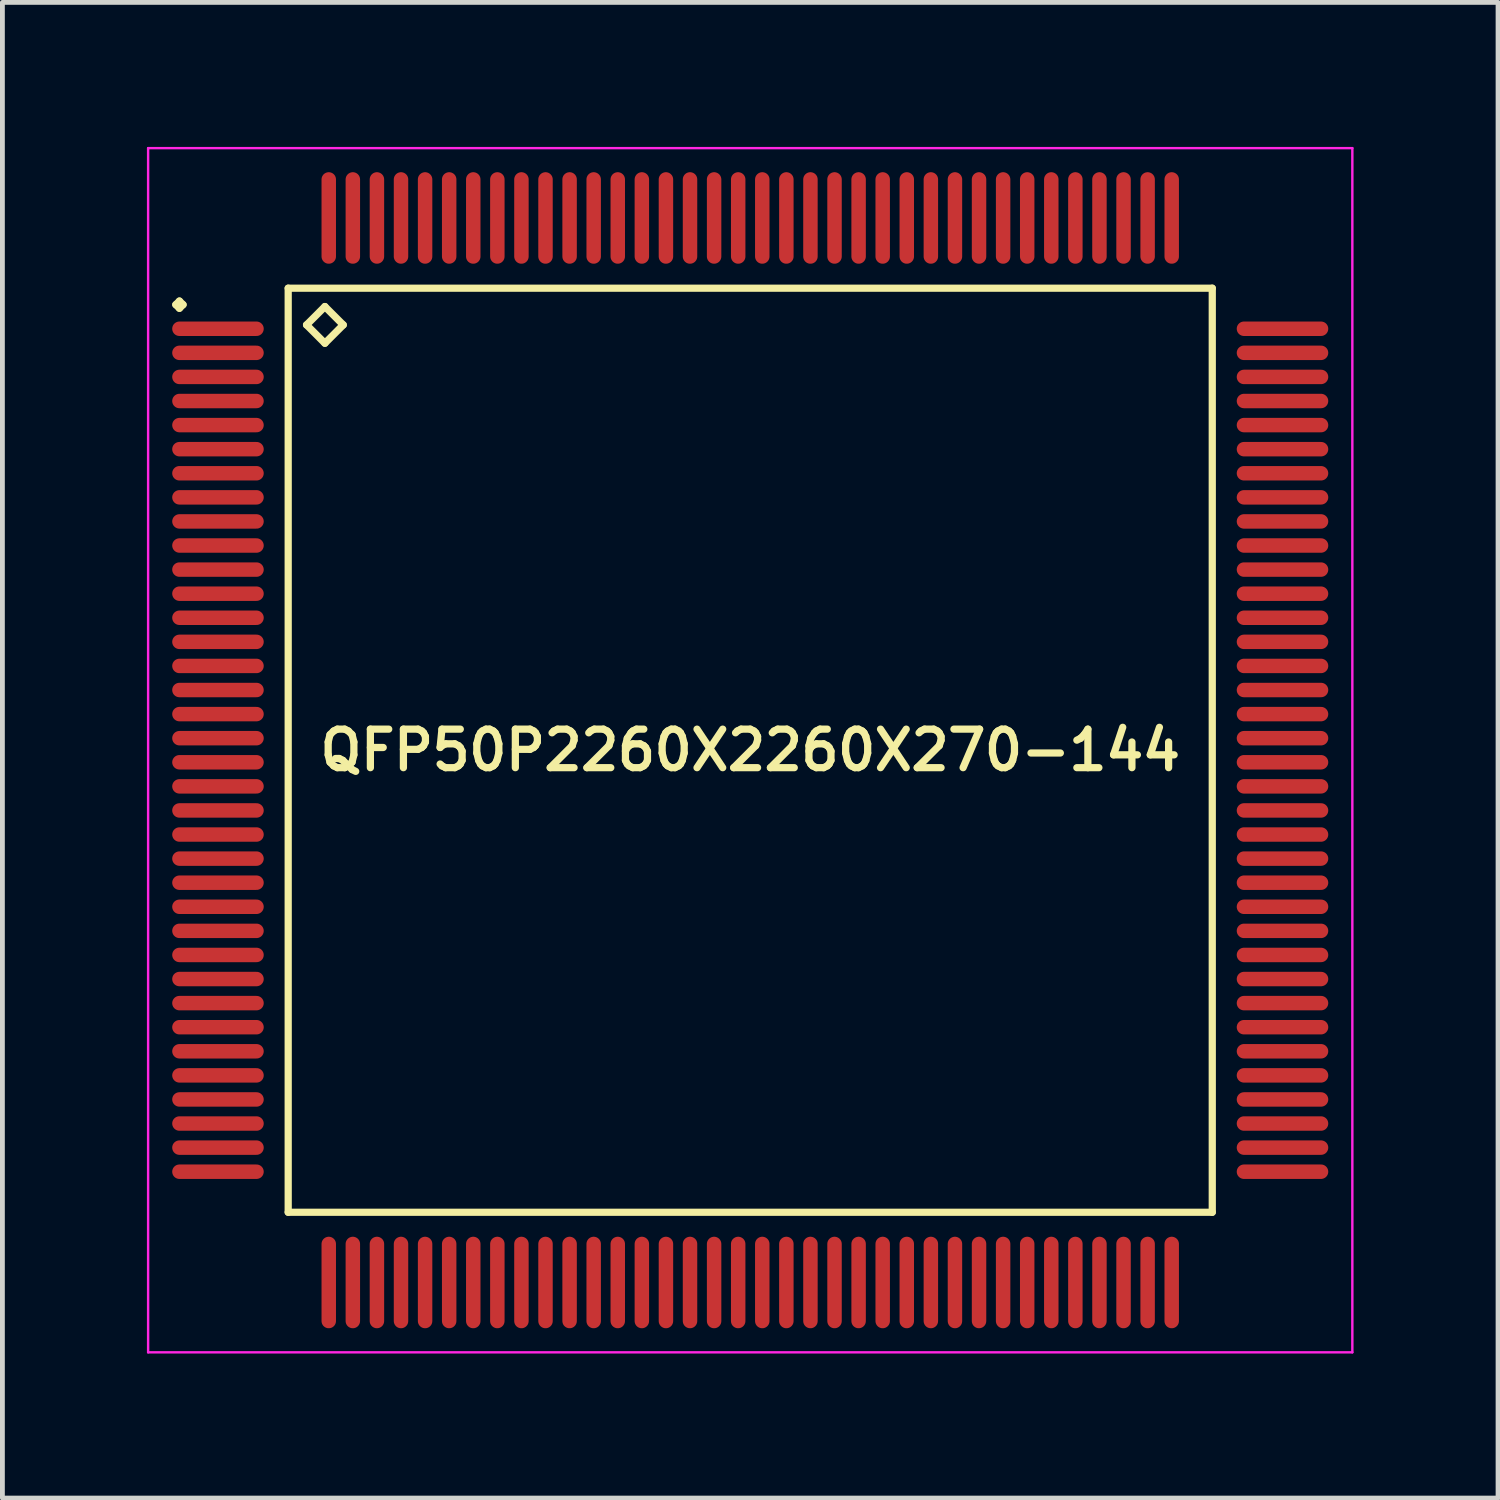
<source format=kicad_pcb>
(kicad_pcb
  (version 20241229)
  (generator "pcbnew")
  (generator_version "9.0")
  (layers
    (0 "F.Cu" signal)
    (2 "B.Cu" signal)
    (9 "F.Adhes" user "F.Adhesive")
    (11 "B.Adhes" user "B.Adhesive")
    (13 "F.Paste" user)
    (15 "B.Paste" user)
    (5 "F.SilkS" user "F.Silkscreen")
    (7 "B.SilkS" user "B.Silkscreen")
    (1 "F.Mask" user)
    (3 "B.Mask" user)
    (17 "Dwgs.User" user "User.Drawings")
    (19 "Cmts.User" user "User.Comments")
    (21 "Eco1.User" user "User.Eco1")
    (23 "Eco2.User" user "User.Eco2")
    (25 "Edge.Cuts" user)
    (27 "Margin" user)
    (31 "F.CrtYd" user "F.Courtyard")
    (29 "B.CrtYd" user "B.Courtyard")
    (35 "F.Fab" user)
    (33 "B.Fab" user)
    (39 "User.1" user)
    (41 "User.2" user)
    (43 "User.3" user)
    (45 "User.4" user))
  (footprint "QFP50P2260X2260X270-144"
    (layer "F.Cu")
    (at 12.525 12.525)
    (property "Reference" "QFP50P2260X2260X270-144" (at 0 0 0) (layer "F.SilkS") (effects (font (size 0.8 0.8) (thickness 0.15))))
    (attr smd)
    (fp_line (start -11.925 -9.25) (end -11.85 -9.325) (stroke (width 0.15) (type solid)) (layer "F.SilkS"))
    (fp_line (start -11.85 -9.325) (end -11.775 -9.25) (stroke (width 0.15) (type solid)) (layer "F.SilkS"))
    (fp_line (start -11.85 -9.175) (end -11.925 -9.25) (stroke (width 0.15) (type solid)) (layer "F.SilkS"))
    (fp_line (start -11.775 -9.25) (end -11.85 -9.175) (stroke (width 0.15) (type solid)) (layer "F.SilkS"))
    (fp_line (start -9.592 -9.592) (end -9.592 9.592) (stroke (width 0.15) (type solid)) (layer "F.SilkS"))
    (fp_line (start -9.592 9.592) (end 9.592 9.592) (stroke (width 0.15) (type solid)) (layer "F.SilkS"))
    (fp_line (start -9.211 -8.83) (end -8.83 -9.211) (stroke (width 0.15) (type solid)) (layer "F.SilkS"))
    (fp_line (start -8.83 -9.211) (end -8.449 -8.83) (stroke (width 0.15) (type solid)) (layer "F.SilkS"))
    (fp_line (start -8.83 -8.449) (end -9.211 -8.83) (stroke (width 0.15) (type solid)) (layer "F.SilkS"))
    (fp_line (start -8.449 -8.83) (end -8.83 -8.449) (stroke (width 0.15) (type solid)) (layer "F.SilkS"))
    (fp_line (start 9.592 -9.592) (end -9.592 -9.592) (stroke (width 0.15) (type solid)) (layer "F.SilkS"))
    (fp_line (start 9.592 9.592) (end 9.592 -9.592) (stroke (width 0.15) (type solid)) (layer "F.SilkS"))
    (fp_line (start -12.5 -12.5) (end 12.5 -12.5) (stroke (width 0.05) (type solid)) (layer "F.CrtYd"))
    (fp_line (start -12.5 12.5) (end -12.5 -12.5) (stroke (width 0.05) (type solid)) (layer "F.CrtYd"))
    (fp_line (start 12.5 -12.5) (end 12.5 12.5) (stroke (width 0.05) (type solid)) (layer "F.CrtYd"))
    (fp_line (start 12.5 12.5) (end -12.5 12.5) (stroke (width 0.05) (type solid)) (layer "F.CrtYd"))
    (pad "1" smd oval (at -11.05 -8.75) (size 1.9 0.3) (layers "F.Cu" "F.Mask" "F.Paste"))
    (pad "2" smd oval (at -11.05 -8.25) (size 1.9 0.3) (layers "F.Cu" "F.Mask" "F.Paste"))
    (pad "3" smd oval (at -11.05 -7.75) (size 1.9 0.3) (layers "F.Cu" "F.Mask" "F.Paste"))
    (pad "4" smd oval (at -11.05 -7.25) (size 1.9 0.3) (layers "F.Cu" "F.Mask" "F.Paste"))
    (pad "5" smd oval (at -11.05 -6.75) (size 1.9 0.3) (layers "F.Cu" "F.Mask" "F.Paste"))
    (pad "6" smd oval (at -11.05 -6.25) (size 1.9 0.3) (layers "F.Cu" "F.Mask" "F.Paste"))
    (pad "7" smd oval (at -11.05 -5.75) (size 1.9 0.3) (layers "F.Cu" "F.Mask" "F.Paste"))
    (pad "8" smd oval (at -11.05 -5.25) (size 1.9 0.3) (layers "F.Cu" "F.Mask" "F.Paste"))
    (pad "9" smd oval (at -11.05 -4.75) (size 1.9 0.3) (layers "F.Cu" "F.Mask" "F.Paste"))
    (pad "10" smd oval (at -11.05 -4.25) (size 1.9 0.3) (layers "F.Cu" "F.Mask" "F.Paste"))
    (pad "11" smd oval (at -11.05 -3.75) (size 1.9 0.3) (layers "F.Cu" "F.Mask" "F.Paste"))
    (pad "12" smd oval (at -11.05 -3.25) (size 1.9 0.3) (layers "F.Cu" "F.Mask" "F.Paste"))
    (pad "13" smd oval (at -11.05 -2.75) (size 1.9 0.3) (layers "F.Cu" "F.Mask" "F.Paste"))
    (pad "14" smd oval (at -11.05 -2.25) (size 1.9 0.3) (layers "F.Cu" "F.Mask" "F.Paste"))
    (pad "15" smd oval (at -11.05 -1.75) (size 1.9 0.3) (layers "F.Cu" "F.Mask" "F.Paste"))
    (pad "16" smd oval (at -11.05 -1.25) (size 1.9 0.3) (layers "F.Cu" "F.Mask" "F.Paste"))
    (pad "17" smd oval (at -11.05 -0.75) (size 1.9 0.3) (layers "F.Cu" "F.Mask" "F.Paste"))
    (pad "18" smd oval (at -11.05 -0.25) (size 1.9 0.3) (layers "F.Cu" "F.Mask" "F.Paste"))
    (pad "19" smd oval (at -11.05 0.25) (size 1.9 0.3) (layers "F.Cu" "F.Mask" "F.Paste"))
    (pad "20" smd oval (at -11.05 0.75) (size 1.9 0.3) (layers "F.Cu" "F.Mask" "F.Paste"))
    (pad "21" smd oval (at -11.05 1.25) (size 1.9 0.3) (layers "F.Cu" "F.Mask" "F.Paste"))
    (pad "22" smd oval (at -11.05 1.75) (size 1.9 0.3) (layers "F.Cu" "F.Mask" "F.Paste"))
    (pad "23" smd oval (at -11.05 2.25) (size 1.9 0.3) (layers "F.Cu" "F.Mask" "F.Paste"))
    (pad "24" smd oval (at -11.05 2.75) (size 1.9 0.3) (layers "F.Cu" "F.Mask" "F.Paste"))
    (pad "25" smd oval (at -11.05 3.25) (size 1.9 0.3) (layers "F.Cu" "F.Mask" "F.Paste"))
    (pad "26" smd oval (at -11.05 3.75) (size 1.9 0.3) (layers "F.Cu" "F.Mask" "F.Paste"))
    (pad "27" smd oval (at -11.05 4.25) (size 1.9 0.3) (layers "F.Cu" "F.Mask" "F.Paste"))
    (pad "28" smd oval (at -11.05 4.75) (size 1.9 0.3) (layers "F.Cu" "F.Mask" "F.Paste"))
    (pad "29" smd oval (at -11.05 5.25) (size 1.9 0.3) (layers "F.Cu" "F.Mask" "F.Paste"))
    (pad "30" smd oval (at -11.05 5.75) (size 1.9 0.3) (layers "F.Cu" "F.Mask" "F.Paste"))
    (pad "31" smd oval (at -11.05 6.25) (size 1.9 0.3) (layers "F.Cu" "F.Mask" "F.Paste"))
    (pad "32" smd oval (at -11.05 6.75) (size 1.9 0.3) (layers "F.Cu" "F.Mask" "F.Paste"))
    (pad "33" smd oval (at -11.05 7.25) (size 1.9 0.3) (layers "F.Cu" "F.Mask" "F.Paste"))
    (pad "34" smd oval (at -11.05 7.75) (size 1.9 0.3) (layers "F.Cu" "F.Mask" "F.Paste"))
    (pad "35" smd oval (at -11.05 8.25) (size 1.9 0.3) (layers "F.Cu" "F.Mask" "F.Paste"))
    (pad "36" smd oval (at -11.05 8.75) (size 1.9 0.3) (layers "F.Cu" "F.Mask" "F.Paste"))
    (pad "37" smd oval (at -8.75 11.05) (size 0.3 1.9) (layers "F.Cu" "F.Mask" "F.Paste"))
    (pad "38" smd oval (at -8.25 11.05) (size 0.3 1.9) (layers "F.Cu" "F.Mask" "F.Paste"))
    (pad "39" smd oval (at -7.75 11.05) (size 0.3 1.9) (layers "F.Cu" "F.Mask" "F.Paste"))
    (pad "40" smd oval (at -7.25 11.05) (size 0.3 1.9) (layers "F.Cu" "F.Mask" "F.Paste"))
    (pad "41" smd oval (at -6.75 11.05) (size 0.3 1.9) (layers "F.Cu" "F.Mask" "F.Paste"))
    (pad "42" smd oval (at -6.25 11.05) (size 0.3 1.9) (layers "F.Cu" "F.Mask" "F.Paste"))
    (pad "43" smd oval (at -5.75 11.05) (size 0.3 1.9) (layers "F.Cu" "F.Mask" "F.Paste"))
    (pad "44" smd oval (at -5.25 11.05) (size 0.3 1.9) (layers "F.Cu" "F.Mask" "F.Paste"))
    (pad "45" smd oval (at -4.75 11.05) (size 0.3 1.9) (layers "F.Cu" "F.Mask" "F.Paste"))
    (pad "46" smd oval (at -4.25 11.05) (size 0.3 1.9) (layers "F.Cu" "F.Mask" "F.Paste"))
    (pad "47" smd oval (at -3.75 11.05) (size 0.3 1.9) (layers "F.Cu" "F.Mask" "F.Paste"))
    (pad "48" smd oval (at -3.25 11.05) (size 0.3 1.9) (layers "F.Cu" "F.Mask" "F.Paste"))
    (pad "49" smd oval (at -2.75 11.05) (size 0.3 1.9) (layers "F.Cu" "F.Mask" "F.Paste"))
    (pad "50" smd oval (at -2.25 11.05) (size 0.3 1.9) (layers "F.Cu" "F.Mask" "F.Paste"))
    (pad "51" smd oval (at -1.75 11.05) (size 0.3 1.9) (layers "F.Cu" "F.Mask" "F.Paste"))
    (pad "52" smd oval (at -1.25 11.05) (size 0.3 1.9) (layers "F.Cu" "F.Mask" "F.Paste"))
    (pad "53" smd oval (at -0.75 11.05) (size 0.3 1.9) (layers "F.Cu" "F.Mask" "F.Paste"))
    (pad "54" smd oval (at -0.25 11.05) (size 0.3 1.9) (layers "F.Cu" "F.Mask" "F.Paste"))
    (pad "55" smd oval (at 0.25 11.05) (size 0.3 1.9) (layers "F.Cu" "F.Mask" "F.Paste"))
    (pad "56" smd oval (at 0.75 11.05) (size 0.3 1.9) (layers "F.Cu" "F.Mask" "F.Paste"))
    (pad "57" smd oval (at 1.25 11.05) (size 0.3 1.9) (layers "F.Cu" "F.Mask" "F.Paste"))
    (pad "58" smd oval (at 1.75 11.05) (size 0.3 1.9) (layers "F.Cu" "F.Mask" "F.Paste"))
    (pad "59" smd oval (at 2.25 11.05) (size 0.3 1.9) (layers "F.Cu" "F.Mask" "F.Paste"))
    (pad "60" smd oval (at 2.75 11.05) (size 0.3 1.9) (layers "F.Cu" "F.Mask" "F.Paste"))
    (pad "61" smd oval (at 3.25 11.05) (size 0.3 1.9) (layers "F.Cu" "F.Mask" "F.Paste"))
    (pad "62" smd oval (at 3.75 11.05) (size 0.3 1.9) (layers "F.Cu" "F.Mask" "F.Paste"))
    (pad "63" smd oval (at 4.25 11.05) (size 0.3 1.9) (layers "F.Cu" "F.Mask" "F.Paste"))
    (pad "64" smd oval (at 4.75 11.05) (size 0.3 1.9) (layers "F.Cu" "F.Mask" "F.Paste"))
    (pad "65" smd oval (at 5.25 11.05) (size 0.3 1.9) (layers "F.Cu" "F.Mask" "F.Paste"))
    (pad "66" smd oval (at 5.75 11.05) (size 0.3 1.9) (layers "F.Cu" "F.Mask" "F.Paste"))
    (pad "67" smd oval (at 6.25 11.05) (size 0.3 1.9) (layers "F.Cu" "F.Mask" "F.Paste"))
    (pad "68" smd oval (at 6.75 11.05) (size 0.3 1.9) (layers "F.Cu" "F.Mask" "F.Paste"))
    (pad "69" smd oval (at 7.25 11.05) (size 0.3 1.9) (layers "F.Cu" "F.Mask" "F.Paste"))
    (pad "70" smd oval (at 7.75 11.05) (size 0.3 1.9) (layers "F.Cu" "F.Mask" "F.Paste"))
    (pad "71" smd oval (at 8.25 11.05) (size 0.3 1.9) (layers "F.Cu" "F.Mask" "F.Paste"))
    (pad "72" smd oval (at 8.75 11.05) (size 0.3 1.9) (layers "F.Cu" "F.Mask" "F.Paste"))
    (pad "73" smd oval (at 11.05 8.75) (size 1.9 0.3) (layers "F.Cu" "F.Mask" "F.Paste"))
    (pad "74" smd oval (at 11.05 8.25) (size 1.9 0.3) (layers "F.Cu" "F.Mask" "F.Paste"))
    (pad "75" smd oval (at 11.05 7.75) (size 1.9 0.3) (layers "F.Cu" "F.Mask" "F.Paste"))
    (pad "76" smd oval (at 11.05 7.25) (size 1.9 0.3) (layers "F.Cu" "F.Mask" "F.Paste"))
    (pad "77" smd oval (at 11.05 6.75) (size 1.9 0.3) (layers "F.Cu" "F.Mask" "F.Paste"))
    (pad "78" smd oval (at 11.05 6.25) (size 1.9 0.3) (layers "F.Cu" "F.Mask" "F.Paste"))
    (pad "79" smd oval (at 11.05 5.75) (size 1.9 0.3) (layers "F.Cu" "F.Mask" "F.Paste"))
    (pad "80" smd oval (at 11.05 5.25) (size 1.9 0.3) (layers "F.Cu" "F.Mask" "F.Paste"))
    (pad "81" smd oval (at 11.05 4.75) (size 1.9 0.3) (layers "F.Cu" "F.Mask" "F.Paste"))
    (pad "82" smd oval (at 11.05 4.25) (size 1.9 0.3) (layers "F.Cu" "F.Mask" "F.Paste"))
    (pad "83" smd oval (at 11.05 3.75) (size 1.9 0.3) (layers "F.Cu" "F.Mask" "F.Paste"))
    (pad "84" smd oval (at 11.05 3.25) (size 1.9 0.3) (layers "F.Cu" "F.Mask" "F.Paste"))
    (pad "85" smd oval (at 11.05 2.75) (size 1.9 0.3) (layers "F.Cu" "F.Mask" "F.Paste"))
    (pad "86" smd oval (at 11.05 2.25) (size 1.9 0.3) (layers "F.Cu" "F.Mask" "F.Paste"))
    (pad "87" smd oval (at 11.05 1.75) (size 1.9 0.3) (layers "F.Cu" "F.Mask" "F.Paste"))
    (pad "88" smd oval (at 11.05 1.25) (size 1.9 0.3) (layers "F.Cu" "F.Mask" "F.Paste"))
    (pad "89" smd oval (at 11.05 0.75) (size 1.9 0.3) (layers "F.Cu" "F.Mask" "F.Paste"))
    (pad "90" smd oval (at 11.05 0.25) (size 1.9 0.3) (layers "F.Cu" "F.Mask" "F.Paste"))
    (pad "91" smd oval (at 11.05 -0.25) (size 1.9 0.3) (layers "F.Cu" "F.Mask" "F.Paste"))
    (pad "92" smd oval (at 11.05 -0.75) (size 1.9 0.3) (layers "F.Cu" "F.Mask" "F.Paste"))
    (pad "93" smd oval (at 11.05 -1.25) (size 1.9 0.3) (layers "F.Cu" "F.Mask" "F.Paste"))
    (pad "94" smd oval (at 11.05 -1.75) (size 1.9 0.3) (layers "F.Cu" "F.Mask" "F.Paste"))
    (pad "95" smd oval (at 11.05 -2.25) (size 1.9 0.3) (layers "F.Cu" "F.Mask" "F.Paste"))
    (pad "96" smd oval (at 11.05 -2.75) (size 1.9 0.3) (layers "F.Cu" "F.Mask" "F.Paste"))
    (pad "97" smd oval (at 11.05 -3.25) (size 1.9 0.3) (layers "F.Cu" "F.Mask" "F.Paste"))
    (pad "98" smd oval (at 11.05 -3.75) (size 1.9 0.3) (layers "F.Cu" "F.Mask" "F.Paste"))
    (pad "99" smd oval (at 11.05 -4.25) (size 1.9 0.3) (layers "F.Cu" "F.Mask" "F.Paste"))
    (pad "100" smd oval (at 11.05 -4.75) (size 1.9 0.3) (layers "F.Cu" "F.Mask" "F.Paste"))
    (pad "101" smd oval (at 11.05 -5.25) (size 1.9 0.3) (layers "F.Cu" "F.Mask" "F.Paste"))
    (pad "102" smd oval (at 11.05 -5.75) (size 1.9 0.3) (layers "F.Cu" "F.Mask" "F.Paste"))
    (pad "103" smd oval (at 11.05 -6.25) (size 1.9 0.3) (layers "F.Cu" "F.Mask" "F.Paste"))
    (pad "104" smd oval (at 11.05 -6.75) (size 1.9 0.3) (layers "F.Cu" "F.Mask" "F.Paste"))
    (pad "105" smd oval (at 11.05 -7.25) (size 1.9 0.3) (layers "F.Cu" "F.Mask" "F.Paste"))
    (pad "106" smd oval (at 11.05 -7.75) (size 1.9 0.3) (layers "F.Cu" "F.Mask" "F.Paste"))
    (pad "107" smd oval (at 11.05 -8.25) (size 1.9 0.3) (layers "F.Cu" "F.Mask" "F.Paste"))
    (pad "108" smd oval (at 11.05 -8.75) (size 1.9 0.3) (layers "F.Cu" "F.Mask" "F.Paste"))
    (pad "109" smd oval (at 8.75 -11.05) (size 0.3 1.9) (layers "F.Cu" "F.Mask" "F.Paste"))
    (pad "110" smd oval (at 8.25 -11.05) (size 0.3 1.9) (layers "F.Cu" "F.Mask" "F.Paste"))
    (pad "111" smd oval (at 7.75 -11.05) (size 0.3 1.9) (layers "F.Cu" "F.Mask" "F.Paste"))
    (pad "112" smd oval (at 7.25 -11.05) (size 0.3 1.9) (layers "F.Cu" "F.Mask" "F.Paste"))
    (pad "113" smd oval (at 6.75 -11.05) (size 0.3 1.9) (layers "F.Cu" "F.Mask" "F.Paste"))
    (pad "114" smd oval (at 6.25 -11.05) (size 0.3 1.9) (layers "F.Cu" "F.Mask" "F.Paste"))
    (pad "115" smd oval (at 5.75 -11.05) (size 0.3 1.9) (layers "F.Cu" "F.Mask" "F.Paste"))
    (pad "116" smd oval (at 5.25 -11.05) (size 0.3 1.9) (layers "F.Cu" "F.Mask" "F.Paste"))
    (pad "117" smd oval (at 4.75 -11.05) (size 0.3 1.9) (layers "F.Cu" "F.Mask" "F.Paste"))
    (pad "118" smd oval (at 4.25 -11.05) (size 0.3 1.9) (layers "F.Cu" "F.Mask" "F.Paste"))
    (pad "119" smd oval (at 3.75 -11.05) (size 0.3 1.9) (layers "F.Cu" "F.Mask" "F.Paste"))
    (pad "120" smd oval (at 3.25 -11.05) (size 0.3 1.9) (layers "F.Cu" "F.Mask" "F.Paste"))
    (pad "121" smd oval (at 2.75 -11.05) (size 0.3 1.9) (layers "F.Cu" "F.Mask" "F.Paste"))
    (pad "122" smd oval (at 2.25 -11.05) (size 0.3 1.9) (layers "F.Cu" "F.Mask" "F.Paste"))
    (pad "123" smd oval (at 1.75 -11.05) (size 0.3 1.9) (layers "F.Cu" "F.Mask" "F.Paste"))
    (pad "124" smd oval (at 1.25 -11.05) (size 0.3 1.9) (layers "F.Cu" "F.Mask" "F.Paste"))
    (pad "125" smd oval (at 0.75 -11.05) (size 0.3 1.9) (layers "F.Cu" "F.Mask" "F.Paste"))
    (pad "126" smd oval (at 0.25 -11.05) (size 0.3 1.9) (layers "F.Cu" "F.Mask" "F.Paste"))
    (pad "127" smd oval (at -0.25 -11.05) (size 0.3 1.9) (layers "F.Cu" "F.Mask" "F.Paste"))
    (pad "128" smd oval (at -0.75 -11.05) (size 0.3 1.9) (layers "F.Cu" "F.Mask" "F.Paste"))
    (pad "129" smd oval (at -1.25 -11.05) (size 0.3 1.9) (layers "F.Cu" "F.Mask" "F.Paste"))
    (pad "130" smd oval (at -1.75 -11.05) (size 0.3 1.9) (layers "F.Cu" "F.Mask" "F.Paste"))
    (pad "131" smd oval (at -2.25 -11.05) (size 0.3 1.9) (layers "F.Cu" "F.Mask" "F.Paste"))
    (pad "132" smd oval (at -2.75 -11.05) (size 0.3 1.9) (layers "F.Cu" "F.Mask" "F.Paste"))
    (pad "133" smd oval (at -3.25 -11.05) (size 0.3 1.9) (layers "F.Cu" "F.Mask" "F.Paste"))
    (pad "134" smd oval (at -3.75 -11.05) (size 0.3 1.9) (layers "F.Cu" "F.Mask" "F.Paste"))
    (pad "135" smd oval (at -4.25 -11.05) (size 0.3 1.9) (layers "F.Cu" "F.Mask" "F.Paste"))
    (pad "136" smd oval (at -4.75 -11.05) (size 0.3 1.9) (layers "F.Cu" "F.Mask" "F.Paste"))
    (pad "137" smd oval (at -5.25 -11.05) (size 0.3 1.9) (layers "F.Cu" "F.Mask" "F.Paste"))
    (pad "138" smd oval (at -5.75 -11.05) (size 0.3 1.9) (layers "F.Cu" "F.Mask" "F.Paste"))
    (pad "139" smd oval (at -6.25 -11.05) (size 0.3 1.9) (layers "F.Cu" "F.Mask" "F.Paste"))
    (pad "140" smd oval (at -6.75 -11.05) (size 0.3 1.9) (layers "F.Cu" "F.Mask" "F.Paste"))
    (pad "141" smd oval (at -7.25 -11.05) (size 0.3 1.9) (layers "F.Cu" "F.Mask" "F.Paste"))
    (pad "142" smd oval (at -7.75 -11.05) (size 0.3 1.9) (layers "F.Cu" "F.Mask" "F.Paste"))
    (pad "143" smd oval (at -8.25 -11.05) (size 0.3 1.9) (layers "F.Cu" "F.Mask" "F.Paste"))
    (pad "144" smd oval (at -8.75 -11.05) (size 0.3 1.9) (layers "F.Cu" "F.Mask" "F.Paste")))
  (gr_rect
    (start -3 -3)
    (end 28.05 28.05)
    (stroke (width 0.1) (type default))
    (fill no)
    (layer "Edge.Cuts")))
</source>
